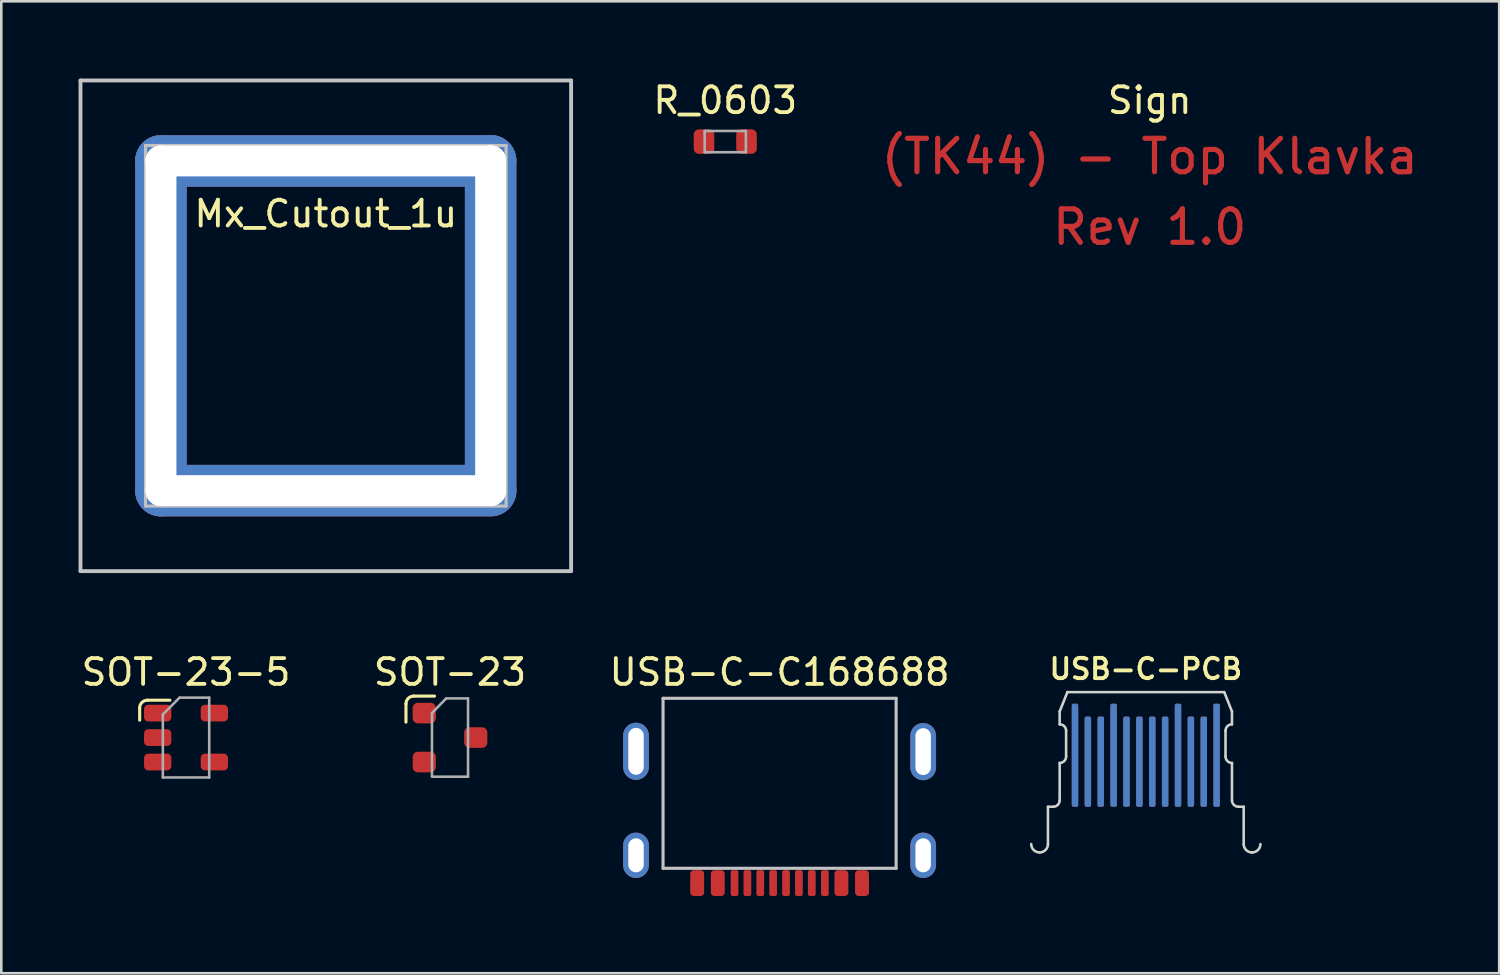
<source format=kicad_pcb>
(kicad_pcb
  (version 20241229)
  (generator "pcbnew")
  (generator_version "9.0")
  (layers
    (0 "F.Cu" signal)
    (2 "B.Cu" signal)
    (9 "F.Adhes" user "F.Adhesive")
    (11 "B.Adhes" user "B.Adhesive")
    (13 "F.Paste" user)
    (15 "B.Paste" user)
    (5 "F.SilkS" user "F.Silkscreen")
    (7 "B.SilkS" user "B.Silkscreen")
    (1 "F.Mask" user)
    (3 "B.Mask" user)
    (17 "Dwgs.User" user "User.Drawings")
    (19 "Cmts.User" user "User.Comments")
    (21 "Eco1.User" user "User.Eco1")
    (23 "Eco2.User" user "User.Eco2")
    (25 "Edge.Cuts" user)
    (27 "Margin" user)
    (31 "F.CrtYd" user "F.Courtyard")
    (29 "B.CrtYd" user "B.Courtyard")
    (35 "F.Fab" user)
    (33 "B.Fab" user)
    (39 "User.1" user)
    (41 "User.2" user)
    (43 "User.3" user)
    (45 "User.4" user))
  (footprint "SOT-23"
    (layer "F.Cu")
    (at 14.423 25.588)
    (property "Reference" "SOT-23" (at 0 -2.54 0) (layer "F.SilkS") (effects (font (size 1 1) (thickness 0.15))))
    (attr smd)
    (fp_line (start -1.71 -0.6) (end -1.71 -1.31) (stroke (width 0.12) (type solid)) (layer "F.SilkS"))
    (fp_line (start -1.41 -1.61) (end -0.6 -1.61) (stroke (width 0.12) (type solid)) (layer "F.SilkS"))
    (fp_arc (start -1.71 -1.31) (mid -1.622132 -1.522132) (end -1.41 -1.61) (stroke (width 0.12) (type solid)) (layer "F.SilkS"))
    (fp_line (start -0.7 -0.95) (end -0.7 1.5) (stroke (width 0.1) (type solid)) (layer "F.Fab"))
    (fp_line (start -0.7 -0.95) (end -0.15 -1.52) (stroke (width 0.1) (type solid)) (layer "F.Fab"))
    (fp_line (start -0.7 1.52) (end 0.7 1.52) (stroke (width 0.1) (type solid)) (layer "F.Fab"))
    (fp_line (start -0.15 -1.52) (end 0.7 -1.52) (stroke (width 0.1) (type solid)) (layer "F.Fab"))
    (fp_line (start 0.7 -1.52) (end 0.7 1.52) (stroke (width 0.1) (type solid)) (layer "F.Fab"))
    (pad "1" smd roundrect (at -1 -0.95) (size 0.9 0.8) (layers "F.Cu" "F.Mask" "F.Paste") (roundrect_rratio 0.25))
    (pad "2" smd roundrect (at -1 0.95) (size 0.9 0.8) (layers "F.Cu" "F.Mask" "F.Paste") (roundrect_rratio 0.25))
    (pad "3" smd roundrect (at 1 0) (size 0.9 0.8) (layers "F.Cu" "F.Mask" "F.Paste") (roundrect_rratio 0.25)))
  (footprint "USB-C-C168688"
    (layer "F.Cu")
    (at 27.22 27.239)
    (property "Reference" "USB-C-C168688" (at 0 -4.191 0) (unlocked yes) (layer "F.SilkS") (effects (font (size 1 1) (thickness 0.15))))
    (attr through_hole)
    (fp_line (start -4.525 -3.175) (end -4.525 3.425) (stroke (width 0.12) (type solid)) (layer "Dwgs.User"))
    (fp_line (start -4.525 -3.175) (end 4.525 -3.175) (stroke (width 0.12) (type solid)) (layer "Dwgs.User"))
    (fp_line (start -4.525 3.425) (end 4.525 3.425) (stroke (width 0.12) (type solid)) (layer "Dwgs.User"))
    (fp_line (start 4.525 -3.175) (end 4.525 3.425) (stroke (width 0.12) (type solid)) (layer "Dwgs.User"))
    (pad "" thru_hole oval (at -5.575 2.921) (size 1 1.762) (drill oval 0.6 1.319) (layers "*.Cu" "*.Mask"))
    (pad "" thru_hole oval (at -5.575 -1.118) (size 1 2.219) (drill oval 0.6 1.819) (layers "*.Cu" "*.Mask"))
    (pad "" thru_hole oval (at 5.575 -1.105) (size 1 2.219) (drill oval 0.6 1.819) (layers "*.Cu" "*.Mask"))
    (pad "" thru_hole oval (at 5.575 2.921) (size 1 1.762) (drill oval 0.6 1.319) (layers "*.Cu" "*.Mask"))
    (pad "A1" smd roundrect (at -3.2 4) (size 0.54 1) (layers "F.Cu" "F.Mask" "F.Paste") (roundrect_rratio 0.25))
    (pad "A1" smd roundrect (at 3.2 4) (size 0.54 1) (layers "F.Cu" "F.Mask" "F.Paste") (roundrect_rratio 0.25))
    (pad "A4" smd roundrect (at -2.4 4) (size 0.54 1) (layers "F.Cu" "F.Mask" "F.Paste") (roundrect_rratio 0.25))
    (pad "A4" smd roundrect (at 2.4 4) (size 0.54 1) (layers "F.Cu" "F.Mask" "F.Paste") (roundrect_rratio 0.25))
    (pad "A5" smd roundrect (at 1.25 4) (size 0.3 1) (layers "F.Cu" "F.Mask" "F.Paste") (roundrect_rratio 0.25))
    (pad "A6" smd roundrect (at 0.25 4) (size 0.3 1) (layers "F.Cu" "F.Mask" "F.Paste") (roundrect_rratio 0.25))
    (pad "A7" smd roundrect (at -0.25 4) (size 0.3 1) (layers "F.Cu" "F.Mask" "F.Paste") (roundrect_rratio 0.25))
    (pad "A8" smd roundrect (at -1.25 4) (size 0.3 1) (layers "F.Cu" "F.Mask" "F.Paste") (roundrect_rratio 0.25))
    (pad "B5" smd roundrect (at -1.75 4) (size 0.3 1) (layers "F.Cu" "F.Mask" "F.Paste") (roundrect_rratio 0.25))
    (pad "B6" smd roundrect (at -0.75 4) (size 0.3 1) (layers "F.Cu" "F.Mask" "F.Paste") (roundrect_rratio 0.25))
    (pad "B7" smd roundrect (at 0.75 4) (size 0.3 1) (layers "F.Cu" "F.Mask" "F.Paste") (roundrect_rratio 0.25))
    (pad "B8" smd roundrect (at 1.758 4) (size 0.3 1) (layers "F.Cu" "F.Mask" "F.Paste") (roundrect_rratio 0.25)))
  (footprint "Sign"
    (layer "F.Cu")
    (at 41.591 3.028)
    (property "Reference" "Sign" (at 0 -2.18 0) (unlocked yes) (layer "F.SilkS") (effects (font (size 1 1) (thickness 0.15))))
    (attr smd)
    (fp_text user "Rev 1.0" (at 0 2.74 0) (unlocked yes) (layer "F.Cu") (effects (font (size 1.3 1.3) (thickness 0.2))))
    (fp_text user "(TK44) - Top Klavka" (at 0 0 0) (unlocked yes) (layer "F.Cu") (effects (font (size 1.3 1.3) (thickness 0.2))))
    (fp_text user "(TK44) - Top Klavka" (at 0 0 0) (unlocked yes) (layer "F.Mask") (effects (font (size 1.3 1.3) (thickness 0.2))))
    (fp_text user "Rev 1.0" (at 0 2.74 0) (unlocked yes) (layer "F.Mask") (effects (font (size 1.3 1.3) (thickness 0.2))))
    (fp_text user "Rev 1.0" (at 0 2.74 0) (unlocked yes) (layer "F.Paste") (effects (font (size 1.3 1.3) (thickness 0.2))))
    (fp_text user "(TK44) - Top Klavka" (at 0 0 0) (unlocked yes) (layer "F.Paste") (effects (font (size 1.3 1.3) (thickness 0.2)))))
  (footprint "SOT-23-5"
    (layer "F.Cu")
    (at 4.173 25.588)
    (property "Reference" "SOT-23-5" (at 0 -2.54 0) (layer "F.SilkS") (effects (font (size 1 1) (thickness 0.15))))
    (attr smd)
    (fp_line (start -1.8 -0.675) (end -1.8 -1.15) (stroke (width 0.12) (type solid)) (layer "F.SilkS"))
    (fp_line (start -1.5 -1.45) (end -0.625 -1.45) (stroke (width 0.12) (type solid)) (layer "F.SilkS"))
    (fp_arc (start -1.8 -1.15) (mid -1.712132 -1.362132) (end -1.5 -1.45) (stroke (width 0.12) (type solid)) (layer "F.SilkS"))
    (fp_line (start -0.9 -0.9) (end -0.9 1.55) (stroke (width 0.1) (type solid)) (layer "F.Fab"))
    (fp_line (start -0.9 -0.9) (end -0.25 -1.55) (stroke (width 0.1) (type solid)) (layer "F.Fab"))
    (fp_line (start 0.9 -1.55) (end -0.25 -1.55) (stroke (width 0.1) (type solid)) (layer "F.Fab"))
    (fp_line (start 0.9 -1.55) (end 0.9 1.55) (stroke (width 0.1) (type solid)) (layer "F.Fab"))
    (fp_line (start 0.9 1.55) (end -0.9 1.55) (stroke (width 0.1) (type solid)) (layer "F.Fab"))
    (pad "1" smd roundrect (at -1.1 -0.95) (size 1.06 0.65) (layers "F.Cu" "F.Mask" "F.Paste") (roundrect_rratio 0.25))
    (pad "2" smd roundrect (at -1.1 0) (size 1.06 0.65) (layers "F.Cu" "F.Mask" "F.Paste") (roundrect_rratio 0.25))
    (pad "3" smd roundrect (at -1.1 0.95) (size 1.06 0.65) (layers "F.Cu" "F.Mask" "F.Paste") (roundrect_rratio 0.25))
    (pad "4" smd roundrect (at 1.1 0.95) (size 1.06 0.65) (layers "F.Cu" "F.Mask" "F.Paste") (roundrect_rratio 0.25))
    (pad "5" smd roundrect (at 1.1 -0.95) (size 1.06 0.65) (layers "F.Cu" "F.Mask" "F.Paste") (roundrect_rratio 0.25)))
  (footprint "R_0603"
    (layer "F.Cu")
    (at 25.111 2.448)
    (property "Reference" "R_0603" (at 0 -1.6 0) (unlocked yes) (layer "F.SilkS") (effects (font (size 1 1) (thickness 0.15))))
    (attr smd)
    (fp_line (start -0.8 -0.412) (end 0.8 -0.412) (stroke (width 0.1) (type solid)) (layer "F.Fab"))
    (fp_line (start -0.8 0.412) (end -0.8 -0.412) (stroke (width 0.1) (type solid)) (layer "F.Fab"))
    (fp_line (start 0.8 -0.412) (end 0.8 0.412) (stroke (width 0.1) (type solid)) (layer "F.Fab"))
    (fp_line (start 0.8 0.412) (end -0.8 0.412) (stroke (width 0.1) (type solid)) (layer "F.Fab"))
    (pad "1" smd roundrect (at -0.825 0) (size 0.8 0.95) (layers "F.Cu" "F.Mask" "F.Paste") (roundrect_rratio 0.25))
    (pad "2" smd roundrect (at 0.825 0) (size 0.8 0.95) (layers "F.Cu" "F.Mask" "F.Paste") (roundrect_rratio 0.25)))
  (footprint "USB-C-PCB"
    (layer "F.Cu")
    (at 41.44 23.824)
    (property "Reference" "USB-C-PCB" (at 0 -0.9 0) (layer "F.SilkS") (effects (font (size 0.787 0.787) (thickness 0.15))))
    (fp_line (start -3.8 4.45) (end -3.8 5.9) (stroke (width 0.1) (type solid)) (layer "Edge.Cuts"))
    (fp_line (start -3.595 4.45) (end -3.8 4.45) (stroke (width 0.1) (type solid)) (layer "Edge.Cuts"))
    (fp_line (start -3.345 0.75) (end -3.345 1.25) (stroke (width 0.1) (type solid)) (layer "Edge.Cuts"))
    (fp_line (start -3.345 2.75) (end -3.345 4.2) (stroke (width 0.1) (type solid)) (layer "Edge.Cuts"))
    (fp_line (start -3.095 1.5) (end -3.095 2.5) (stroke (width 0.1) (type solid)) (layer "Edge.Cuts"))
    (fp_line (start -3.045 0) (end -3.345 0.75) (stroke (width 0.1) (type solid)) (layer "Edge.Cuts"))
    (fp_line (start -3.045 0) (end 3.045 0) (stroke (width 0.1) (type solid)) (layer "Edge.Cuts"))
    (fp_line (start 3.045 0) (end 3.345 0.75) (stroke (width 0.1) (type solid)) (layer "Edge.Cuts"))
    (fp_line (start 3.095 1.5) (end 3.095 2.5) (stroke (width 0.1) (type solid)) (layer "Edge.Cuts"))
    (fp_line (start 3.345 0.75) (end 3.345 1.25) (stroke (width 0.1) (type solid)) (layer "Edge.Cuts"))
    (fp_line (start 3.345 2.75) (end 3.345 4.2) (stroke (width 0.1) (type solid)) (layer "Edge.Cuts"))
    (fp_line (start 3.595 4.45) (end 3.8 4.45) (stroke (width 0.1) (type solid)) (layer "Edge.Cuts"))
    (fp_line (start 3.8 4.45) (end 3.8 5.9) (stroke (width 0.1) (type solid)) (layer "Edge.Cuts"))
    (fp_arc (start -4.125 6.225) (mid -4.354809 6.12981) (end -4.45 5.9) (stroke (width 0.1) (type solid)) (layer "Edge.Cuts"))
    (fp_arc (start -3.8 5.9) (mid -3.89519 6.129809) (end -4.125 6.225) (stroke (width 0.1) (type solid)) (layer "Edge.Cuts"))
    (fp_arc (start -3.345 1.25) (mid -3.168224 1.323223) (end -3.095001 1.499999) (stroke (width 0.1) (type solid)) (layer "Edge.Cuts"))
    (fp_arc (start -3.344999 4.200001) (mid -3.418223 4.376777) (end -3.595 4.45) (stroke (width 0.1) (type solid)) (layer "Edge.Cuts"))
    (fp_arc (start -3.094999 2.500001) (mid -3.168223 2.676777) (end -3.345 2.75) (stroke (width 0.1) (type solid)) (layer "Edge.Cuts"))
    (fp_arc (start 3.094999 1.499999) (mid 3.168223 1.323223) (end 3.345 1.25) (stroke (width 0.1) (type solid)) (layer "Edge.Cuts"))
    (fp_arc (start 3.345 2.75) (mid 3.168224 2.676777) (end 3.095001 2.500001) (stroke (width 0.1) (type solid)) (layer "Edge.Cuts"))
    (fp_arc (start 3.595 4.45) (mid 3.418224 4.376777) (end 3.345001 4.200001) (stroke (width 0.1) (type solid)) (layer "Edge.Cuts"))
    (fp_arc (start 4.125 6.225) (mid 3.895191 6.12981) (end 3.8 5.9) (stroke (width 0.1) (type solid)) (layer "Edge.Cuts"))
    (fp_arc (start 4.45 5.9) (mid 4.35481 6.129809) (end 4.125 6.225) (stroke (width 0.1) (type solid)) (layer "Edge.Cuts"))
    (pad "A1" smd roundrect (at 2.75 2.45) (size 0.25 4) (layers "F.Cu" "F.Mask") (roundrect_rratio 0.25))
    (pad "A2" smd roundrect (at 2.25 2.7) (size 0.25 3.5) (layers "F.Cu" "F.Mask") (roundrect_rratio 0.25))
    (pad "A3" smd roundrect (at 1.75 2.7) (size 0.25 3.5) (layers "F.Cu" "F.Mask") (roundrect_rratio 0.25))
    (pad "A4" smd roundrect (at 1.25 2.45) (size 0.25 4) (layers "F.Cu" "F.Mask") (roundrect_rratio 0.25))
    (pad "A5" smd roundrect (at 0.75 2.7) (size 0.25 3.5) (layers "F.Cu" "F.Mask") (roundrect_rratio 0.25))
    (pad "A6" smd roundrect (at 0.25 2.7) (size 0.25 3.5) (layers "F.Cu" "F.Mask") (roundrect_rratio 0.25))
    (pad "A7" smd roundrect (at -0.25 2.7) (size 0.25 3.5) (layers "F.Cu" "F.Mask") (roundrect_rratio 0.25))
    (pad "A8" smd roundrect (at -0.75 2.7) (size 0.25 3.5) (layers "F.Cu" "F.Mask") (roundrect_rratio 0.25))
    (pad "A9" smd roundrect (at -1.25 2.45) (size 0.25 4) (layers "F.Cu" "F.Mask") (roundrect_rratio 0.25))
    (pad "A10" smd roundrect (at -1.75 2.7) (size 0.25 3.5) (layers "F.Cu" "F.Mask") (roundrect_rratio 0.25))
    (pad "A11" smd roundrect (at -2.25 2.7) (size 0.25 3.5) (layers "F.Cu" "F.Mask") (roundrect_rratio 0.25))
    (pad "A12" smd roundrect (at -2.75 2.45) (size 0.25 4) (layers "F.Cu" "F.Mask") (roundrect_rratio 0.25))
    (pad "B1" smd roundrect (at -2.75 2.45) (size 0.25 4) (layers "B.Cu" "B.Mask") (roundrect_rratio 0.25))
    (pad "B2" smd roundrect (at -2.25 2.7) (size 0.25 3.5) (layers "B.Cu" "B.Mask") (roundrect_rratio 0.25))
    (pad "B3" smd roundrect (at -1.75 2.7) (size 0.25 3.5) (layers "B.Cu" "B.Mask") (roundrect_rratio 0.25))
    (pad "B4" smd roundrect (at -1.25 2.45) (size 0.25 4) (layers "B.Cu" "B.Mask") (roundrect_rratio 0.25))
    (pad "B5" smd roundrect (at -0.75 2.7) (size 0.25 3.5) (layers "B.Cu" "B.Mask") (roundrect_rratio 0.25))
    (pad "B6" smd roundrect (at -0.25 2.7) (size 0.25 3.5) (layers "B.Cu" "B.Mask") (roundrect_rratio 0.25))
    (pad "B7" smd roundrect (at 0.25 2.7) (size 0.25 3.5) (layers "B.Cu" "B.Mask") (roundrect_rratio 0.25))
    (pad "B8" smd roundrect (at 0.75 2.7) (size 0.25 3.5) (layers "B.Cu" "B.Mask") (roundrect_rratio 0.25))
    (pad "B9" smd roundrect (at 1.25 2.45) (size 0.25 4) (layers "B.Cu" "B.Mask") (roundrect_rratio 0.25))
    (pad "B10" smd roundrect (at 1.75 2.7) (size 0.25 3.5) (layers "B.Cu" "B.Mask") (roundrect_rratio 0.25))
    (pad "B11" smd roundrect (at 2.25 2.7) (size 0.25 3.5) (layers "B.Cu" "B.Mask") (roundrect_rratio 0.25))
    (pad "B12" smd roundrect (at 2.75 2.45) (size 0.25 4) (layers "B.Cu" "B.Mask") (roundrect_rratio 0.25)))
  (footprint "Mx_Cutout_1u"
    (layer "F.Cu")
    (at 9.6 9.6)
    (property "Reference" "Mx_Cutout_1u" (at 0 -4.35 0) (unlocked yes) (layer "F.SilkS") (effects (font (size 1 1) (thickness 0.15))))
    (fp_line (start -9.525 -9.525) (end 9.525 -9.525) (stroke (width 0.15) (type solid)) (layer "Dwgs.User"))
    (fp_line (start -9.525 9.525) (end -9.525 -9.525) (stroke (width 0.15) (type solid)) (layer "Dwgs.User"))
    (fp_line (start -7 -7) (end -7 7) (stroke (width 0.12) (type solid)) (layer "Dwgs.User"))
    (fp_line (start -7 -7) (end 7 -7) (stroke (width 0.12) (type solid)) (layer "Dwgs.User"))
    (fp_line (start 7 -7) (end 7 7) (stroke (width 0.12) (type solid)) (layer "Dwgs.User"))
    (fp_line (start 7 7) (end -7 7) (stroke (width 0.12) (type solid)) (layer "Dwgs.User"))
    (fp_line (start 9.525 -9.525) (end 9.525 9.525) (stroke (width 0.15) (type solid)) (layer "Dwgs.User"))
    (fp_line (start 9.525 9.525) (end -9.525 9.525) (stroke (width 0.15) (type solid)) (layer "Dwgs.User"))
    (pad "" thru_hole oval (at -6.4 0 270) (size 14.8 2) (drill oval 14 1.2) (layers "*.Cu" "*.Mask"))
    (pad "" thru_hole oval (at 0 -6.4) (size 14.8 2) (drill oval 14 1.2) (layers "*.Cu" "*.Mask"))
    (pad "" thru_hole oval (at 0 6.4) (size 14.8 2) (drill oval 14 1.2) (layers "*.Cu" "*.Mask"))
    (pad "" thru_hole oval (at 6.4 -0.01 270) (size 14.8 2) (drill oval 14 1.2) (layers "*.Cu" "*.Mask")))
  (gr_rect
    (start -3 -3)
    (end 55.161 34.739)
    (stroke (width 0.1) (type default))
    (fill no)
    (layer "Edge.Cuts")))
</source>
